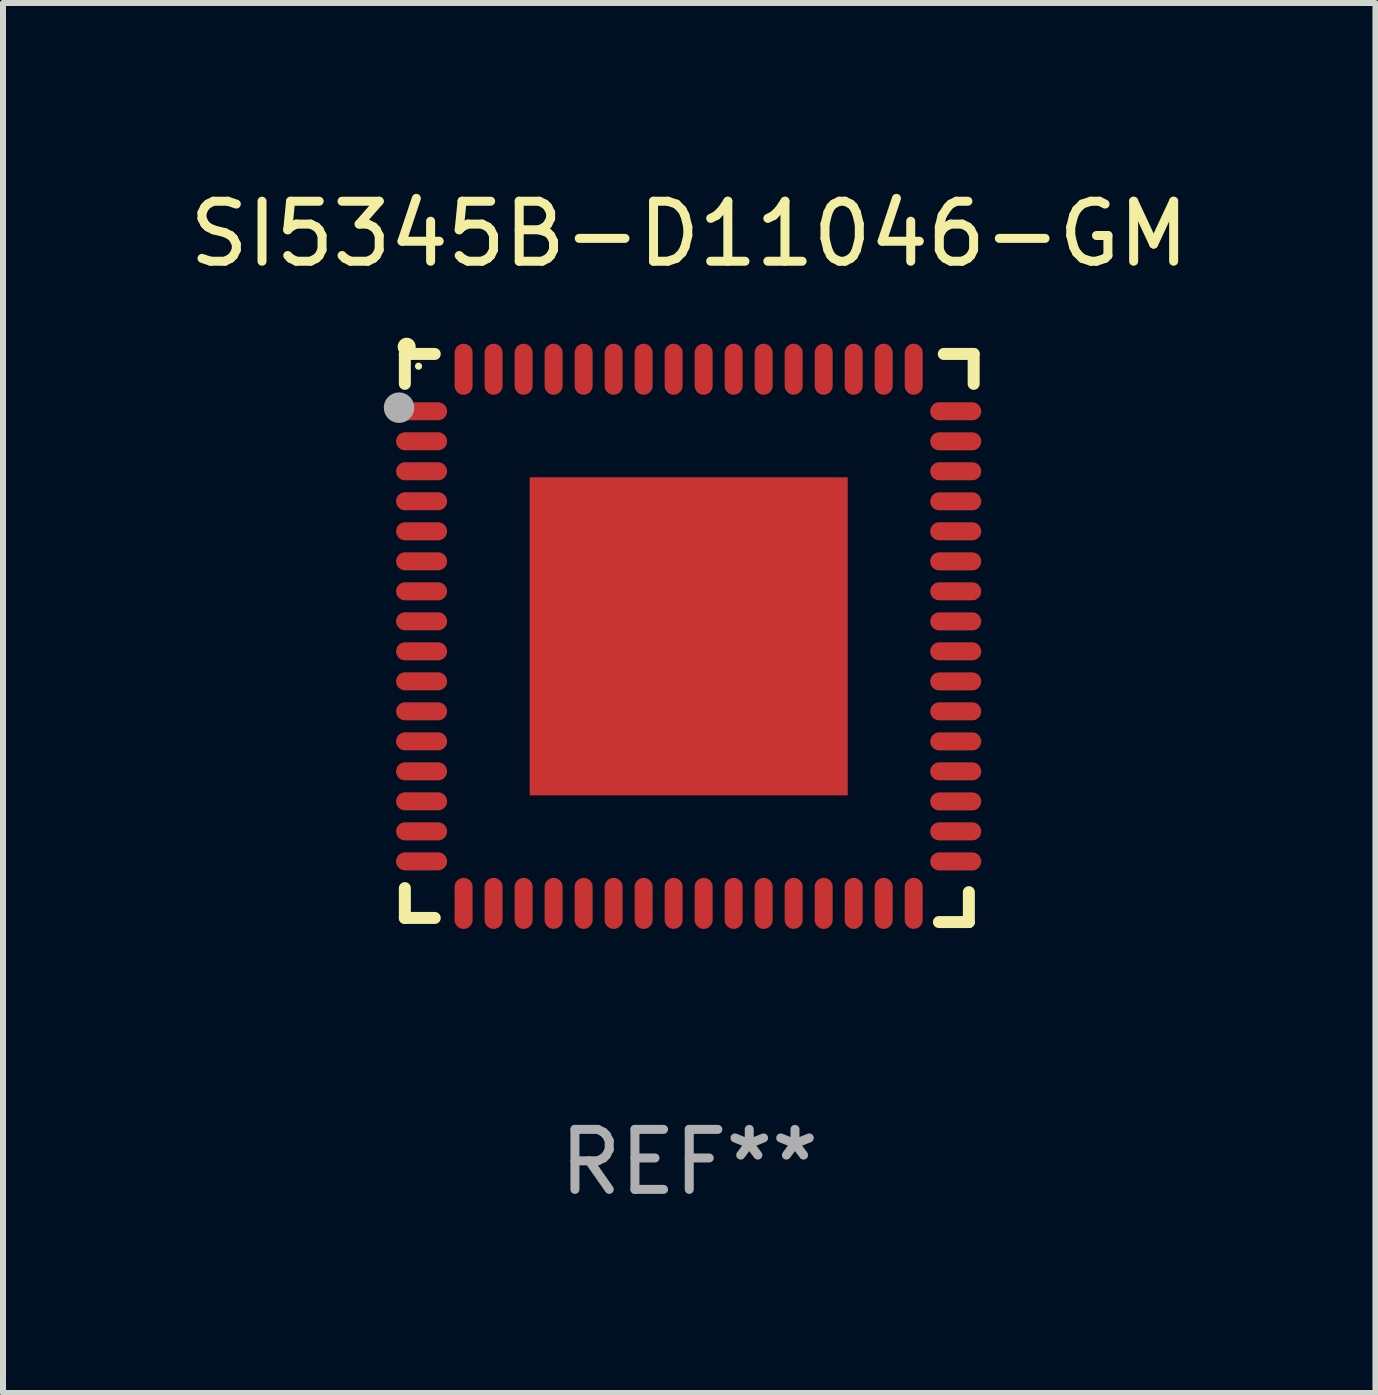
<source format=kicad_pcb>
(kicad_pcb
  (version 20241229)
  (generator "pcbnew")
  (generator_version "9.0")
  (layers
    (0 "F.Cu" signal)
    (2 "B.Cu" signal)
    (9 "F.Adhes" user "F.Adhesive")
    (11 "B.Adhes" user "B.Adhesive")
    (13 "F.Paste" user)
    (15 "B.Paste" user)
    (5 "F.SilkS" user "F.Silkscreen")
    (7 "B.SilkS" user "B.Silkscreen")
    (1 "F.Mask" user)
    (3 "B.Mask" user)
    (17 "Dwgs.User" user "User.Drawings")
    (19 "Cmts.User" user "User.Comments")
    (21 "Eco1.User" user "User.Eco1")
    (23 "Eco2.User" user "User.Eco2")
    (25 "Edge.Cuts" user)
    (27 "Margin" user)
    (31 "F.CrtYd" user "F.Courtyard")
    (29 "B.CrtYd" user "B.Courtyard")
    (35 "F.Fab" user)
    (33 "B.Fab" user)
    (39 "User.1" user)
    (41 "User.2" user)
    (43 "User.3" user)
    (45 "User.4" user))
  (footprint "SI5345B-D11046-GM"
    (layer "F.Cu")
    (at 8.435 7.581)
    (property "Reference" "SI5345B-D11046-GM" (at 0 -6.733 0) (layer "F.SilkS") (effects (font (size 1 1) (thickness 0.15))))
    (attr through_hole)
    (fp_line (start -4.739 -4.733) (end -4.241 -4.733) (stroke (width 0.2) (type solid)) (layer "F.SilkS"))
    (fp_line (start -4.739 -4.235) (end -4.739 -4.733) (stroke (width 0.2) (type solid)) (layer "F.SilkS"))
    (fp_line (start -4.739 4.168) (end -4.739 4.665) (stroke (width 0.2) (type solid)) (layer "F.SilkS"))
    (fp_line (start -4.739 4.665) (end -4.241 4.665) (stroke (width 0.2) (type solid)) (layer "F.SilkS"))
    (fp_line (start 4.161 4.733) (end 4.659 4.733) (stroke (width 0.2) (type solid)) (layer "F.SilkS"))
    (fp_line (start 4.241 -4.733) (end 4.739 -4.733) (stroke (width 0.2) (type solid)) (layer "F.SilkS"))
    (fp_line (start 4.659 4.733) (end 4.659 4.235) (stroke (width 0.2) (type solid)) (layer "F.SilkS"))
    (fp_line (start 4.739 -4.733) (end 4.739 -4.235) (stroke (width 0.2) (type solid)) (layer "F.SilkS"))
    (fp_arc (start -4.708623 -4.85108) (mid -4.708628 -4.85235) (end -4.708623 -4.85362) (stroke (width 0.3) (type solid)) (layer "F.SilkS"))
    (fp_circle (center -4.511 -4.529) (end -4.481 -4.529) (stroke (width 0.06) (type solid)) (fill no) (layer "F.SilkS"))
    (fp_circle (center -4.836 -3.838) (end -4.709 -3.838) (stroke (width 0.254) (type solid)) (fill no) (layer "F.Fab"))
    (fp_text user "REF**" (at 0 8.733 0) (layer "F.Fab") (effects (font (size 1 1) (thickness 0.15))))
    (pad "1" smd oval (at -4.46 -3.778) (size 0.85 0.3) (layers "F.Cu" "F.Mask" "F.Paste"))
    (pad "2" smd oval (at -4.46 -3.278) (size 0.85 0.3) (layers "F.Cu" "F.Mask" "F.Paste"))
    (pad "3" smd oval (at -4.46 -2.778) (size 0.85 0.3) (layers "F.Cu" "F.Mask" "F.Paste"))
    (pad "4" smd oval (at -4.46 -2.278) (size 0.85 0.3) (layers "F.Cu" "F.Mask" "F.Paste"))
    (pad "5" smd oval (at -4.46 -1.778) (size 0.85 0.3) (layers "F.Cu" "F.Mask" "F.Paste"))
    (pad "6" smd oval (at -4.46 -1.278) (size 0.85 0.3) (layers "F.Cu" "F.Mask" "F.Paste"))
    (pad "7" smd oval (at -4.46 -0.778) (size 0.85 0.3) (layers "F.Cu" "F.Mask" "F.Paste"))
    (pad "8" smd oval (at -4.46 -0.278) (size 0.85 0.3) (layers "F.Cu" "F.Mask" "F.Paste"))
    (pad "9" smd oval (at -4.46 0.222) (size 0.85 0.3) (layers "F.Cu" "F.Mask" "F.Paste"))
    (pad "10" smd oval (at -4.46 0.722) (size 0.85 0.3) (layers "F.Cu" "F.Mask" "F.Paste"))
    (pad "11" smd oval (at -4.46 1.222) (size 0.85 0.3) (layers "F.Cu" "F.Mask" "F.Paste"))
    (pad "12" smd oval (at -4.46 1.722) (size 0.85 0.3) (layers "F.Cu" "F.Mask" "F.Paste"))
    (pad "13" smd oval (at -4.46 2.222) (size 0.85 0.3) (layers "F.Cu" "F.Mask" "F.Paste"))
    (pad "14" smd oval (at -4.46 2.722) (size 0.85 0.3) (layers "F.Cu" "F.Mask" "F.Paste"))
    (pad "15" smd oval (at -4.46 3.222) (size 0.85 0.3) (layers "F.Cu" "F.Mask" "F.Paste"))
    (pad "16" smd oval (at -4.46 3.722) (size 0.85 0.3) (layers "F.Cu" "F.Mask" "F.Paste"))
    (pad "17" smd oval (at -3.76 4.422) (size 0.3 0.85) (layers "F.Cu" "F.Mask" "F.Paste"))
    (pad "18" smd oval (at -3.26 4.422) (size 0.3 0.85) (layers "F.Cu" "F.Mask" "F.Paste"))
    (pad "19" smd oval (at -2.76 4.422) (size 0.3 0.85) (layers "F.Cu" "F.Mask" "F.Paste"))
    (pad "20" smd oval (at -2.26 4.422) (size 0.3 0.85) (layers "F.Cu" "F.Mask" "F.Paste"))
    (pad "21" smd oval (at -1.76 4.422) (size 0.3 0.85) (layers "F.Cu" "F.Mask" "F.Paste"))
    (pad "22" smd oval (at -1.26 4.422) (size 0.3 0.85) (layers "F.Cu" "F.Mask" "F.Paste"))
    (pad "23" smd oval (at -0.76 4.422) (size 0.3 0.85) (layers "F.Cu" "F.Mask" "F.Paste"))
    (pad "24" smd oval (at -0.26 4.422) (size 0.3 0.85) (layers "F.Cu" "F.Mask" "F.Paste"))
    (pad "25" smd oval (at 0.24 4.422) (size 0.3 0.85) (layers "F.Cu" "F.Mask" "F.Paste"))
    (pad "26" smd oval (at 0.74 4.422) (size 0.3 0.85) (layers "F.Cu" "F.Mask" "F.Paste"))
    (pad "27" smd oval (at 1.24 4.422) (size 0.3 0.85) (layers "F.Cu" "F.Mask" "F.Paste"))
    (pad "28" smd oval (at 1.74 4.422) (size 0.3 0.85) (layers "F.Cu" "F.Mask" "F.Paste"))
    (pad "29" smd oval (at 2.24 4.422) (size 0.3 0.85) (layers "F.Cu" "F.Mask" "F.Paste"))
    (pad "30" smd oval (at 2.74 4.422) (size 0.3 0.85) (layers "F.Cu" "F.Mask" "F.Paste"))
    (pad "31" smd oval (at 3.24 4.422) (size 0.3 0.85) (layers "F.Cu" "F.Mask" "F.Paste"))
    (pad "32" smd oval (at 3.74 4.422) (size 0.3 0.85) (layers "F.Cu" "F.Mask" "F.Paste"))
    (pad "33" smd oval (at 4.44 3.723) (size 0.85 0.3) (layers "F.Cu" "F.Mask" "F.Paste"))
    (pad "34" smd oval (at 4.44 3.222) (size 0.85 0.3) (layers "F.Cu" "F.Mask" "F.Paste"))
    (pad "35" smd oval (at 4.44 2.723) (size 0.85 0.3) (layers "F.Cu" "F.Mask" "F.Paste"))
    (pad "36" smd oval (at 4.44 2.222) (size 0.85 0.3) (layers "F.Cu" "F.Mask" "F.Paste"))
    (pad "37" smd oval (at 4.44 1.723) (size 0.85 0.3) (layers "F.Cu" "F.Mask" "F.Paste"))
    (pad "38" smd oval (at 4.44 1.222) (size 0.85 0.3) (layers "F.Cu" "F.Mask" "F.Paste"))
    (pad "39" smd oval (at 4.44 0.723) (size 0.85 0.3) (layers "F.Cu" "F.Mask" "F.Paste"))
    (pad "40" smd oval (at 4.44 0.222) (size 0.85 0.3) (layers "F.Cu" "F.Mask" "F.Paste"))
    (pad "41" smd oval (at 4.44 -0.277) (size 0.85 0.3) (layers "F.Cu" "F.Mask" "F.Paste"))
    (pad "42" smd oval (at 4.44 -0.778) (size 0.85 0.3) (layers "F.Cu" "F.Mask" "F.Paste"))
    (pad "43" smd oval (at 4.44 -1.277) (size 0.85 0.3) (layers "F.Cu" "F.Mask" "F.Paste"))
    (pad "44" smd oval (at 4.44 -1.778) (size 0.85 0.3) (layers "F.Cu" "F.Mask" "F.Paste"))
    (pad "45" smd oval (at 4.44 -2.277) (size 0.85 0.3) (layers "F.Cu" "F.Mask" "F.Paste"))
    (pad "46" smd oval (at 4.44 -2.778) (size 0.85 0.3) (layers "F.Cu" "F.Mask" "F.Paste"))
    (pad "47" smd oval (at 4.44 -3.277) (size 0.85 0.3) (layers "F.Cu" "F.Mask" "F.Paste"))
    (pad "48" smd oval (at 4.44 -3.778) (size 0.85 0.3) (layers "F.Cu" "F.Mask" "F.Paste"))
    (pad "49" smd oval (at 3.74 -4.478) (size 0.3 0.85) (layers "F.Cu" "F.Mask" "F.Paste"))
    (pad "50" smd oval (at 3.24 -4.478) (size 0.3 0.85) (layers "F.Cu" "F.Mask" "F.Paste"))
    (pad "51" smd oval (at 2.74 -4.478) (size 0.3 0.85) (layers "F.Cu" "F.Mask" "F.Paste"))
    (pad "52" smd oval (at 2.24 -4.478) (size 0.3 0.85) (layers "F.Cu" "F.Mask" "F.Paste"))
    (pad "53" smd oval (at 1.74 -4.478) (size 0.3 0.85) (layers "F.Cu" "F.Mask" "F.Paste"))
    (pad "54" smd oval (at 1.24 -4.478) (size 0.3 0.85) (layers "F.Cu" "F.Mask" "F.Paste"))
    (pad "55" smd oval (at 0.74 -4.478) (size 0.3 0.85) (layers "F.Cu" "F.Mask" "F.Paste"))
    (pad "56" smd oval (at 0.24 -4.478) (size 0.3 0.85) (layers "F.Cu" "F.Mask" "F.Paste"))
    (pad "57" smd oval (at -0.26 -4.478) (size 0.3 0.85) (layers "F.Cu" "F.Mask" "F.Paste"))
    (pad "58" smd oval (at -0.76 -4.478) (size 0.3 0.85) (layers "F.Cu" "F.Mask" "F.Paste"))
    (pad "59" smd oval (at -1.26 -4.478) (size 0.3 0.85) (layers "F.Cu" "F.Mask" "F.Paste"))
    (pad "60" smd oval (at -1.76 -4.478) (size 0.3 0.85) (layers "F.Cu" "F.Mask" "F.Paste"))
    (pad "61" smd oval (at -2.26 -4.478) (size 0.3 0.85) (layers "F.Cu" "F.Mask" "F.Paste"))
    (pad "62" smd oval (at -2.76 -4.478) (size 0.3 0.85) (layers "F.Cu" "F.Mask" "F.Paste"))
    (pad "63" smd oval (at -3.26 -4.478) (size 0.3 0.85) (layers "F.Cu" "F.Mask" "F.Paste"))
    (pad "64" smd oval (at -3.76 -4.478) (size 0.3 0.85) (layers "F.Cu" "F.Mask" "F.Paste"))
    (pad "65" smd rect (at -0.009 -0.028 90) (size 5.3 5.3) (layers "F.Cu" "F.Mask" "F.Paste")))
  (gr_rect
    (start -3 -3)
    (end 19.869 20.162)
    (stroke (width 0.1) (type default))
    (fill no)
    (layer "Edge.Cuts")))
</source>
